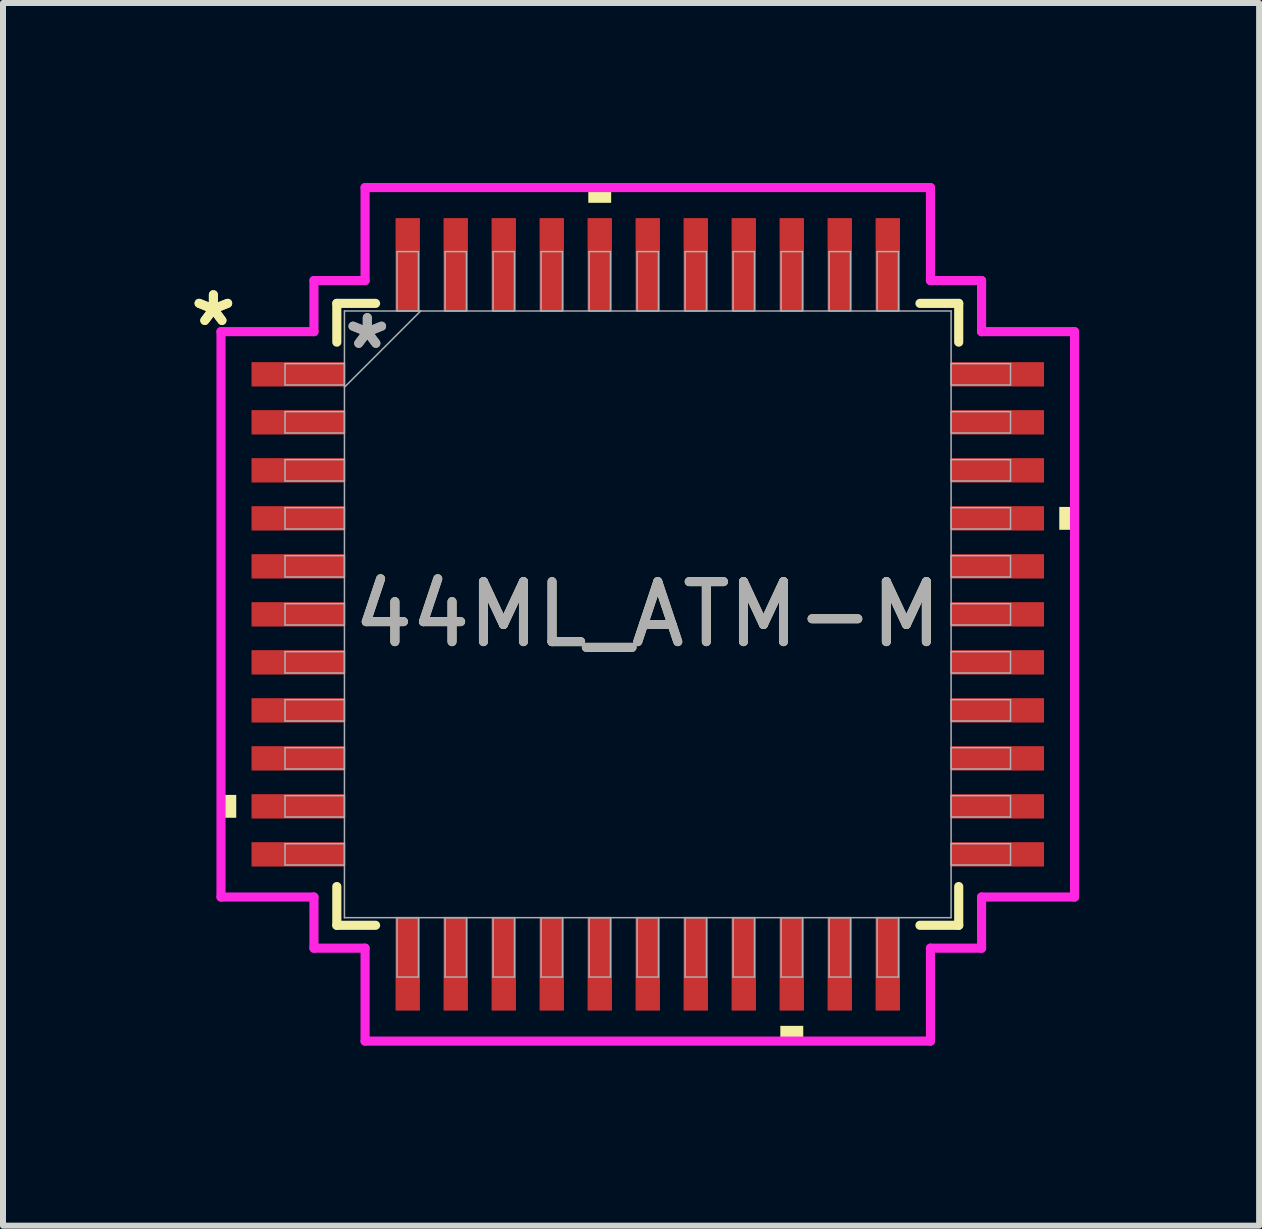
<source format=kicad_pcb>
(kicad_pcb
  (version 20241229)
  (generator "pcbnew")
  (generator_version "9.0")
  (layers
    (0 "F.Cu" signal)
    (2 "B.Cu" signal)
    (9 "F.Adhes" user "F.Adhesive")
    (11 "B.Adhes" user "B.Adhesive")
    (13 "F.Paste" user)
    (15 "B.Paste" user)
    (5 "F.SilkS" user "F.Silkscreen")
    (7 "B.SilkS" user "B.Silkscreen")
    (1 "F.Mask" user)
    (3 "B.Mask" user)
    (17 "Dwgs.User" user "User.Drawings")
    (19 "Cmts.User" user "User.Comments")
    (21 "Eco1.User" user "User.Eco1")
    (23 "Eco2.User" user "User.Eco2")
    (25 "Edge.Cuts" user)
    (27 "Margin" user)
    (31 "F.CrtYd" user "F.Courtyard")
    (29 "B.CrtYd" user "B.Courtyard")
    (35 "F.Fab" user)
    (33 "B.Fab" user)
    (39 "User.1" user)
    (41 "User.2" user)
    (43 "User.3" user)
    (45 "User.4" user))
  (footprint "44ML_ATM-M"
    (layer "F.Cu")
    (at 7.745 7.188)
    (property "Reference" "44ML_ATM-M" (at 0 0 0) (unlocked yes) (layer "F.SilkS") (effects (font (size 1 1) (thickness 0.15))))
    (attr smd)
    (fp_line (start -5.182 -5.182) (end -5.182 -4.536) (stroke (width 0.152) (type solid)) (layer "F.SilkS"))
    (fp_line (start -5.182 4.536) (end -5.182 5.182) (stroke (width 0.152) (type solid)) (layer "F.SilkS"))
    (fp_line (start -5.182 5.182) (end -4.536 5.182) (stroke (width 0.152) (type solid)) (layer "F.SilkS"))
    (fp_line (start -4.536 -5.182) (end -5.182 -5.182) (stroke (width 0.152) (type solid)) (layer "F.SilkS"))
    (fp_line (start 4.536 5.182) (end 5.182 5.182) (stroke (width 0.152) (type solid)) (layer "F.SilkS"))
    (fp_line (start 5.182 -5.182) (end 4.536 -5.182) (stroke (width 0.152) (type solid)) (layer "F.SilkS"))
    (fp_line (start 5.182 -4.536) (end 5.182 -5.182) (stroke (width 0.152) (type solid)) (layer "F.SilkS"))
    (fp_line (start 5.182 5.182) (end 5.182 4.536) (stroke (width 0.152) (type solid)) (layer "F.SilkS"))
    (fp_poly (pts (xy -7.112 3.009) (xy -7.112 3.39) (xy -6.858 3.39) (xy -6.858 3.009)) (stroke (width 0) (type solid)) (fill yes) (layer "F.SilkS"))
    (fp_poly (pts (xy -0.991 -6.858) (xy -0.991 -7.112) (xy -0.61 -7.112) (xy -0.61 -6.858)) (stroke (width 0) (type solid)) (fill yes) (layer "F.SilkS"))
    (fp_poly (pts (xy 2.209 6.858) (xy 2.209 7.112) (xy 2.591 7.112) (xy 2.591 6.858)) (stroke (width 0) (type solid)) (fill yes) (layer "F.SilkS"))
    (fp_poly (pts (xy 7.112 -1.79) (xy 7.112 -1.409) (xy 6.858 -1.409) (xy 6.858 -1.79)) (stroke (width 0) (type solid)) (fill yes) (layer "F.SilkS"))
    (fp_line (start -7.112 -4.711) (end -5.563 -4.711) (stroke (width 0.152) (type solid)) (layer "F.CrtYd"))
    (fp_line (start -7.112 4.711) (end -7.112 -4.711) (stroke (width 0.152) (type solid)) (layer "F.CrtYd"))
    (fp_line (start -5.563 -5.563) (end -4.711 -5.563) (stroke (width 0.152) (type solid)) (layer "F.CrtYd"))
    (fp_line (start -5.563 -4.711) (end -5.563 -5.563) (stroke (width 0.152) (type solid)) (layer "F.CrtYd"))
    (fp_line (start -5.563 4.711) (end -7.112 4.711) (stroke (width 0.152) (type solid)) (layer "F.CrtYd"))
    (fp_line (start -5.563 5.563) (end -5.563 4.711) (stroke (width 0.152) (type solid)) (layer "F.CrtYd"))
    (fp_line (start -5.563 5.563) (end -4.711 5.563) (stroke (width 0.152) (type solid)) (layer "F.CrtYd"))
    (fp_line (start -4.711 -7.112) (end 4.711 -7.112) (stroke (width 0.152) (type solid)) (layer "F.CrtYd"))
    (fp_line (start -4.711 -5.563) (end -4.711 -7.112) (stroke (width 0.152) (type solid)) (layer "F.CrtYd"))
    (fp_line (start -4.711 5.563) (end -4.711 7.112) (stroke (width 0.152) (type solid)) (layer "F.CrtYd"))
    (fp_line (start -4.711 7.112) (end 4.711 7.112) (stroke (width 0.152) (type solid)) (layer "F.CrtYd"))
    (fp_line (start 4.711 -7.112) (end 4.711 -5.563) (stroke (width 0.152) (type solid)) (layer "F.CrtYd"))
    (fp_line (start 4.711 -5.563) (end 5.563 -5.563) (stroke (width 0.152) (type solid)) (layer "F.CrtYd"))
    (fp_line (start 4.711 5.563) (end 5.563 5.563) (stroke (width 0.152) (type solid)) (layer "F.CrtYd"))
    (fp_line (start 4.711 7.112) (end 4.711 5.563) (stroke (width 0.152) (type solid)) (layer "F.CrtYd"))
    (fp_line (start 5.563 -4.711) (end 5.563 -5.563) (stroke (width 0.152) (type solid)) (layer "F.CrtYd"))
    (fp_line (start 5.563 4.711) (end 7.112 4.711) (stroke (width 0.152) (type solid)) (layer "F.CrtYd"))
    (fp_line (start 5.563 5.563) (end 5.563 4.711) (stroke (width 0.152) (type solid)) (layer "F.CrtYd"))
    (fp_line (start 7.112 -4.711) (end 5.563 -4.711) (stroke (width 0.152) (type solid)) (layer "F.CrtYd"))
    (fp_line (start 7.112 4.711) (end 7.112 -4.711) (stroke (width 0.152) (type solid)) (layer "F.CrtYd"))
    (fp_line (start -6.045 -4.178) (end -6.045 -3.822) (stroke (width 0.025) (type solid)) (layer "F.Fab"))
    (fp_line (start -6.045 -3.822) (end -5.055 -3.822) (stroke (width 0.025) (type solid)) (layer "F.Fab"))
    (fp_line (start -6.045 -3.378) (end -6.045 -3.022) (stroke (width 0.025) (type solid)) (layer "F.Fab"))
    (fp_line (start -6.045 -3.022) (end -5.055 -3.022) (stroke (width 0.025) (type solid)) (layer "F.Fab"))
    (fp_line (start -6.045 -2.578) (end -6.045 -2.222) (stroke (width 0.025) (type solid)) (layer "F.Fab"))
    (fp_line (start -6.045 -2.222) (end -5.055 -2.222) (stroke (width 0.025) (type solid)) (layer "F.Fab"))
    (fp_line (start -6.045 -1.778) (end -6.045 -1.422) (stroke (width 0.025) (type solid)) (layer "F.Fab"))
    (fp_line (start -6.045 -1.422) (end -5.055 -1.422) (stroke (width 0.025) (type solid)) (layer "F.Fab"))
    (fp_line (start -6.045 -0.978) (end -6.045 -0.622) (stroke (width 0.025) (type solid)) (layer "F.Fab"))
    (fp_line (start -6.045 -0.622) (end -5.055 -0.622) (stroke (width 0.025) (type solid)) (layer "F.Fab"))
    (fp_line (start -6.045 -0.178) (end -6.045 0.178) (stroke (width 0.025) (type solid)) (layer "F.Fab"))
    (fp_line (start -6.045 0.178) (end -5.055 0.178) (stroke (width 0.025) (type solid)) (layer "F.Fab"))
    (fp_line (start -6.045 0.622) (end -6.045 0.978) (stroke (width 0.025) (type solid)) (layer "F.Fab"))
    (fp_line (start -6.045 0.978) (end -5.055 0.978) (stroke (width 0.025) (type solid)) (layer "F.Fab"))
    (fp_line (start -6.045 1.422) (end -6.045 1.778) (stroke (width 0.025) (type solid)) (layer "F.Fab"))
    (fp_line (start -6.045 1.778) (end -5.055 1.778) (stroke (width 0.025) (type solid)) (layer "F.Fab"))
    (fp_line (start -6.045 2.222) (end -6.045 2.578) (stroke (width 0.025) (type solid)) (layer "F.Fab"))
    (fp_line (start -6.045 2.578) (end -5.055 2.578) (stroke (width 0.025) (type solid)) (layer "F.Fab"))
    (fp_line (start -6.045 3.022) (end -6.045 3.378) (stroke (width 0.025) (type solid)) (layer "F.Fab"))
    (fp_line (start -6.045 3.378) (end -5.055 3.378) (stroke (width 0.025) (type solid)) (layer "F.Fab"))
    (fp_line (start -6.045 3.822) (end -6.045 4.178) (stroke (width 0.025) (type solid)) (layer "F.Fab"))
    (fp_line (start -6.045 4.178) (end -5.055 4.178) (stroke (width 0.025) (type solid)) (layer "F.Fab"))
    (fp_line (start -5.055 -5.055) (end -5.055 5.055) (stroke (width 0.025) (type solid)) (layer "F.Fab"))
    (fp_line (start -5.055 -4.178) (end -6.045 -4.178) (stroke (width 0.025) (type solid)) (layer "F.Fab"))
    (fp_line (start -5.055 -3.822) (end -5.055 -4.178) (stroke (width 0.025) (type solid)) (layer "F.Fab"))
    (fp_line (start -5.055 -3.785) (end -3.785 -5.055) (stroke (width 0.025) (type solid)) (layer "F.Fab"))
    (fp_line (start -5.055 -3.378) (end -6.045 -3.378) (stroke (width 0.025) (type solid)) (layer "F.Fab"))
    (fp_line (start -5.055 -3.022) (end -5.055 -3.378) (stroke (width 0.025) (type solid)) (layer "F.Fab"))
    (fp_line (start -5.055 -2.578) (end -6.045 -2.578) (stroke (width 0.025) (type solid)) (layer "F.Fab"))
    (fp_line (start -5.055 -2.222) (end -5.055 -2.578) (stroke (width 0.025) (type solid)) (layer "F.Fab"))
    (fp_line (start -5.055 -1.778) (end -6.045 -1.778) (stroke (width 0.025) (type solid)) (layer "F.Fab"))
    (fp_line (start -5.055 -1.422) (end -5.055 -1.778) (stroke (width 0.025) (type solid)) (layer "F.Fab"))
    (fp_line (start -5.055 -0.978) (end -6.045 -0.978) (stroke (width 0.025) (type solid)) (layer "F.Fab"))
    (fp_line (start -5.055 -0.622) (end -5.055 -0.978) (stroke (width 0.025) (type solid)) (layer "F.Fab"))
    (fp_line (start -5.055 -0.178) (end -6.045 -0.178) (stroke (width 0.025) (type solid)) (layer "F.Fab"))
    (fp_line (start -5.055 0.178) (end -5.055 -0.178) (stroke (width 0.025) (type solid)) (layer "F.Fab"))
    (fp_line (start -5.055 0.622) (end -6.045 0.622) (stroke (width 0.025) (type solid)) (layer "F.Fab"))
    (fp_line (start -5.055 0.978) (end -5.055 0.622) (stroke (width 0.025) (type solid)) (layer "F.Fab"))
    (fp_line (start -5.055 1.422) (end -6.045 1.422) (stroke (width 0.025) (type solid)) (layer "F.Fab"))
    (fp_line (start -5.055 1.778) (end -5.055 1.422) (stroke (width 0.025) (type solid)) (layer "F.Fab"))
    (fp_line (start -5.055 2.222) (end -6.045 2.222) (stroke (width 0.025) (type solid)) (layer "F.Fab"))
    (fp_line (start -5.055 2.578) (end -5.055 2.222) (stroke (width 0.025) (type solid)) (layer "F.Fab"))
    (fp_line (start -5.055 3.022) (end -6.045 3.022) (stroke (width 0.025) (type solid)) (layer "F.Fab"))
    (fp_line (start -5.055 3.378) (end -5.055 3.022) (stroke (width 0.025) (type solid)) (layer "F.Fab"))
    (fp_line (start -5.055 3.822) (end -6.045 3.822) (stroke (width 0.025) (type solid)) (layer "F.Fab"))
    (fp_line (start -5.055 4.178) (end -5.055 3.822) (stroke (width 0.025) (type solid)) (layer "F.Fab"))
    (fp_line (start -5.055 5.055) (end 5.055 5.055) (stroke (width 0.025) (type solid)) (layer "F.Fab"))
    (fp_line (start -4.178 5.055) (end -4.178 6.045) (stroke (width 0.025) (type solid)) (layer "F.Fab"))
    (fp_line (start -4.178 6.045) (end -3.822 6.045) (stroke (width 0.025) (type solid)) (layer "F.Fab"))
    (fp_line (start -4.178 -6.045) (end -4.178 -5.055) (stroke (width 0.025) (type solid)) (layer "F.Fab"))
    (fp_line (start -4.178 -5.055) (end -3.822 -5.055) (stroke (width 0.025) (type solid)) (layer "F.Fab"))
    (fp_line (start -3.822 5.055) (end -4.178 5.055) (stroke (width 0.025) (type solid)) (layer "F.Fab"))
    (fp_line (start -3.822 6.045) (end -3.822 5.055) (stroke (width 0.025) (type solid)) (layer "F.Fab"))
    (fp_line (start -3.822 -6.045) (end -4.178 -6.045) (stroke (width 0.025) (type solid)) (layer "F.Fab"))
    (fp_line (start -3.822 -5.055) (end -3.822 -6.045) (stroke (width 0.025) (type solid)) (layer "F.Fab"))
    (fp_line (start -3.378 -6.045) (end -3.378 -5.055) (stroke (width 0.025) (type solid)) (layer "F.Fab"))
    (fp_line (start -3.378 -5.055) (end -3.022 -5.055) (stroke (width 0.025) (type solid)) (layer "F.Fab"))
    (fp_line (start -3.378 5.055) (end -3.378 6.045) (stroke (width 0.025) (type solid)) (layer "F.Fab"))
    (fp_line (start -3.378 6.045) (end -3.022 6.045) (stroke (width 0.025) (type solid)) (layer "F.Fab"))
    (fp_line (start -3.022 -6.045) (end -3.378 -6.045) (stroke (width 0.025) (type solid)) (layer "F.Fab"))
    (fp_line (start -3.022 -5.055) (end -3.022 -6.045) (stroke (width 0.025) (type solid)) (layer "F.Fab"))
    (fp_line (start -3.022 5.055) (end -3.378 5.055) (stroke (width 0.025) (type solid)) (layer "F.Fab"))
    (fp_line (start -3.022 6.045) (end -3.022 5.055) (stroke (width 0.025) (type solid)) (layer "F.Fab"))
    (fp_line (start -2.578 -6.045) (end -2.578 -5.055) (stroke (width 0.025) (type solid)) (layer "F.Fab"))
    (fp_line (start -2.578 -5.055) (end -2.222 -5.055) (stroke (width 0.025) (type solid)) (layer "F.Fab"))
    (fp_line (start -2.578 5.055) (end -2.578 6.045) (stroke (width 0.025) (type solid)) (layer "F.Fab"))
    (fp_line (start -2.578 6.045) (end -2.222 6.045) (stroke (width 0.025) (type solid)) (layer "F.Fab"))
    (fp_line (start -2.222 -6.045) (end -2.578 -6.045) (stroke (width 0.025) (type solid)) (layer "F.Fab"))
    (fp_line (start -2.222 -5.055) (end -2.222 -6.045) (stroke (width 0.025) (type solid)) (layer "F.Fab"))
    (fp_line (start -2.222 5.055) (end -2.578 5.055) (stroke (width 0.025) (type solid)) (layer "F.Fab"))
    (fp_line (start -2.222 6.045) (end -2.222 5.055) (stroke (width 0.025) (type solid)) (layer "F.Fab"))
    (fp_line (start -1.778 -6.045) (end -1.778 -5.055) (stroke (width 0.025) (type solid)) (layer "F.Fab"))
    (fp_line (start -1.778 -5.055) (end -1.422 -5.055) (stroke (width 0.025) (type solid)) (layer "F.Fab"))
    (fp_line (start -1.778 5.055) (end -1.778 6.045) (stroke (width 0.025) (type solid)) (layer "F.Fab"))
    (fp_line (start -1.778 6.045) (end -1.422 6.045) (stroke (width 0.025) (type solid)) (layer "F.Fab"))
    (fp_line (start -1.422 -6.045) (end -1.778 -6.045) (stroke (width 0.025) (type solid)) (layer "F.Fab"))
    (fp_line (start -1.422 -5.055) (end -1.422 -6.045) (stroke (width 0.025) (type solid)) (layer "F.Fab"))
    (fp_line (start -1.422 5.055) (end -1.778 5.055) (stroke (width 0.025) (type solid)) (layer "F.Fab"))
    (fp_line (start -1.422 6.045) (end -1.422 5.055) (stroke (width 0.025) (type solid)) (layer "F.Fab"))
    (fp_line (start -0.978 -6.045) (end -0.978 -5.055) (stroke (width 0.025) (type solid)) (layer "F.Fab"))
    (fp_line (start -0.978 -5.055) (end -0.622 -5.055) (stroke (width 0.025) (type solid)) (layer "F.Fab"))
    (fp_line (start -0.978 5.055) (end -0.978 6.045) (stroke (width 0.025) (type solid)) (layer "F.Fab"))
    (fp_line (start -0.978 6.045) (end -0.622 6.045) (stroke (width 0.025) (type solid)) (layer "F.Fab"))
    (fp_line (start -0.622 -6.045) (end -0.978 -6.045) (stroke (width 0.025) (type solid)) (layer "F.Fab"))
    (fp_line (start -0.622 -5.055) (end -0.622 -6.045) (stroke (width 0.025) (type solid)) (layer "F.Fab"))
    (fp_line (start -0.622 5.055) (end -0.978 5.055) (stroke (width 0.025) (type solid)) (layer "F.Fab"))
    (fp_line (start -0.622 6.045) (end -0.622 5.055) (stroke (width 0.025) (type solid)) (layer "F.Fab"))
    (fp_line (start -0.178 -6.045) (end -0.178 -5.055) (stroke (width 0.025) (type solid)) (layer "F.Fab"))
    (fp_line (start -0.178 -5.055) (end 0.178 -5.055) (stroke (width 0.025) (type solid)) (layer "F.Fab"))
    (fp_line (start -0.178 5.055) (end -0.178 6.045) (stroke (width 0.025) (type solid)) (layer "F.Fab"))
    (fp_line (start -0.178 6.045) (end 0.178 6.045) (stroke (width 0.025) (type solid)) (layer "F.Fab"))
    (fp_line (start 0.178 -6.045) (end -0.178 -6.045) (stroke (width 0.025) (type solid)) (layer "F.Fab"))
    (fp_line (start 0.178 -5.055) (end 0.178 -6.045) (stroke (width 0.025) (type solid)) (layer "F.Fab"))
    (fp_line (start 0.178 5.055) (end -0.178 5.055) (stroke (width 0.025) (type solid)) (layer "F.Fab"))
    (fp_line (start 0.178 6.045) (end 0.178 5.055) (stroke (width 0.025) (type solid)) (layer "F.Fab"))
    (fp_line (start 0.622 -6.045) (end 0.622 -5.055) (stroke (width 0.025) (type solid)) (layer "F.Fab"))
    (fp_line (start 0.622 -5.055) (end 0.978 -5.055) (stroke (width 0.025) (type solid)) (layer "F.Fab"))
    (fp_line (start 0.622 5.055) (end 0.622 6.045) (stroke (width 0.025) (type solid)) (layer "F.Fab"))
    (fp_line (start 0.622 6.045) (end 0.978 6.045) (stroke (width 0.025) (type solid)) (layer "F.Fab"))
    (fp_line (start 0.978 -6.045) (end 0.622 -6.045) (stroke (width 0.025) (type solid)) (layer "F.Fab"))
    (fp_line (start 0.978 -5.055) (end 0.978 -6.045) (stroke (width 0.025) (type solid)) (layer "F.Fab"))
    (fp_line (start 0.978 5.055) (end 0.622 5.055) (stroke (width 0.025) (type solid)) (layer "F.Fab"))
    (fp_line (start 0.978 6.045) (end 0.978 5.055) (stroke (width 0.025) (type solid)) (layer "F.Fab"))
    (fp_line (start 1.422 -6.045) (end 1.422 -5.055) (stroke (width 0.025) (type solid)) (layer "F.Fab"))
    (fp_line (start 1.422 -5.055) (end 1.778 -5.055) (stroke (width 0.025) (type solid)) (layer "F.Fab"))
    (fp_line (start 1.422 5.055) (end 1.422 6.045) (stroke (width 0.025) (type solid)) (layer "F.Fab"))
    (fp_line (start 1.422 6.045) (end 1.778 6.045) (stroke (width 0.025) (type solid)) (layer "F.Fab"))
    (fp_line (start 1.778 -6.045) (end 1.422 -6.045) (stroke (width 0.025) (type solid)) (layer "F.Fab"))
    (fp_line (start 1.778 -5.055) (end 1.778 -6.045) (stroke (width 0.025) (type solid)) (layer "F.Fab"))
    (fp_line (start 1.778 5.055) (end 1.422 5.055) (stroke (width 0.025) (type solid)) (layer "F.Fab"))
    (fp_line (start 1.778 6.045) (end 1.778 5.055) (stroke (width 0.025) (type solid)) (layer "F.Fab"))
    (fp_line (start 2.222 -6.045) (end 2.222 -5.055) (stroke (width 0.025) (type solid)) (layer "F.Fab"))
    (fp_line (start 2.222 -5.055) (end 2.578 -5.055) (stroke (width 0.025) (type solid)) (layer "F.Fab"))
    (fp_line (start 2.222 5.055) (end 2.222 6.045) (stroke (width 0.025) (type solid)) (layer "F.Fab"))
    (fp_line (start 2.222 6.045) (end 2.578 6.045) (stroke (width 0.025) (type solid)) (layer "F.Fab"))
    (fp_line (start 2.578 -6.045) (end 2.222 -6.045) (stroke (width 0.025) (type solid)) (layer "F.Fab"))
    (fp_line (start 2.578 -5.055) (end 2.578 -6.045) (stroke (width 0.025) (type solid)) (layer "F.Fab"))
    (fp_line (start 2.578 5.055) (end 2.222 5.055) (stroke (width 0.025) (type solid)) (layer "F.Fab"))
    (fp_line (start 2.578 6.045) (end 2.578 5.055) (stroke (width 0.025) (type solid)) (layer "F.Fab"))
    (fp_line (start 3.022 -6.045) (end 3.022 -5.055) (stroke (width 0.025) (type solid)) (layer "F.Fab"))
    (fp_line (start 3.022 -5.055) (end 3.378 -5.055) (stroke (width 0.025) (type solid)) (layer "F.Fab"))
    (fp_line (start 3.022 5.055) (end 3.022 6.045) (stroke (width 0.025) (type solid)) (layer "F.Fab"))
    (fp_line (start 3.022 6.045) (end 3.378 6.045) (stroke (width 0.025) (type solid)) (layer "F.Fab"))
    (fp_line (start 3.378 -6.045) (end 3.022 -6.045) (stroke (width 0.025) (type solid)) (layer "F.Fab"))
    (fp_line (start 3.378 -5.055) (end 3.378 -6.045) (stroke (width 0.025) (type solid)) (layer "F.Fab"))
    (fp_line (start 3.378 5.055) (end 3.022 5.055) (stroke (width 0.025) (type solid)) (layer "F.Fab"))
    (fp_line (start 3.378 6.045) (end 3.378 5.055) (stroke (width 0.025) (type solid)) (layer "F.Fab"))
    (fp_line (start 3.822 5.055) (end 3.822 6.045) (stroke (width 0.025) (type solid)) (layer "F.Fab"))
    (fp_line (start 3.822 6.045) (end 4.178 6.045) (stroke (width 0.025) (type solid)) (layer "F.Fab"))
    (fp_line (start 3.822 -6.045) (end 3.822 -5.055) (stroke (width 0.025) (type solid)) (layer "F.Fab"))
    (fp_line (start 3.822 -5.055) (end 4.178 -5.055) (stroke (width 0.025) (type solid)) (layer "F.Fab"))
    (fp_line (start 4.178 5.055) (end 3.822 5.055) (stroke (width 0.025) (type solid)) (layer "F.Fab"))
    (fp_line (start 4.178 6.045) (end 4.178 5.055) (stroke (width 0.025) (type solid)) (layer "F.Fab"))
    (fp_line (start 4.178 -6.045) (end 3.822 -6.045) (stroke (width 0.025) (type solid)) (layer "F.Fab"))
    (fp_line (start 4.178 -5.055) (end 4.178 -6.045) (stroke (width 0.025) (type solid)) (layer "F.Fab"))
    (fp_line (start 5.055 -5.055) (end -5.055 -5.055) (stroke (width 0.025) (type solid)) (layer "F.Fab"))
    (fp_line (start 5.055 -4.178) (end 5.055 -3.822) (stroke (width 0.025) (type solid)) (layer "F.Fab"))
    (fp_line (start 5.055 -3.822) (end 6.045 -3.822) (stroke (width 0.025) (type solid)) (layer "F.Fab"))
    (fp_line (start 5.055 -3.378) (end 5.055 -3.022) (stroke (width 0.025) (type solid)) (layer "F.Fab"))
    (fp_line (start 5.055 -3.022) (end 6.045 -3.022) (stroke (width 0.025) (type solid)) (layer "F.Fab"))
    (fp_line (start 5.055 -2.578) (end 5.055 -2.222) (stroke (width 0.025) (type solid)) (layer "F.Fab"))
    (fp_line (start 5.055 -2.222) (end 6.045 -2.222) (stroke (width 0.025) (type solid)) (layer "F.Fab"))
    (fp_line (start 5.055 -1.778) (end 5.055 -1.422) (stroke (width 0.025) (type solid)) (layer "F.Fab"))
    (fp_line (start 5.055 -1.422) (end 6.045 -1.422) (stroke (width 0.025) (type solid)) (layer "F.Fab"))
    (fp_line (start 5.055 -0.978) (end 5.055 -0.622) (stroke (width 0.025) (type solid)) (layer "F.Fab"))
    (fp_line (start 5.055 -0.622) (end 6.045 -0.622) (stroke (width 0.025) (type solid)) (layer "F.Fab"))
    (fp_line (start 5.055 -0.178) (end 5.055 0.178) (stroke (width 0.025) (type solid)) (layer "F.Fab"))
    (fp_line (start 5.055 0.178) (end 6.045 0.178) (stroke (width 0.025) (type solid)) (layer "F.Fab"))
    (fp_line (start 5.055 0.622) (end 5.055 0.978) (stroke (width 0.025) (type solid)) (layer "F.Fab"))
    (fp_line (start 5.055 0.978) (end 6.045 0.978) (stroke (width 0.025) (type solid)) (layer "F.Fab"))
    (fp_line (start 5.055 1.422) (end 5.055 1.778) (stroke (width 0.025) (type solid)) (layer "F.Fab"))
    (fp_line (start 5.055 1.778) (end 6.045 1.778) (stroke (width 0.025) (type solid)) (layer "F.Fab"))
    (fp_line (start 5.055 2.222) (end 5.055 2.578) (stroke (width 0.025) (type solid)) (layer "F.Fab"))
    (fp_line (start 5.055 2.578) (end 6.045 2.578) (stroke (width 0.025) (type solid)) (layer "F.Fab"))
    (fp_line (start 5.055 3.022) (end 5.055 3.378) (stroke (width 0.025) (type solid)) (layer "F.Fab"))
    (fp_line (start 5.055 3.378) (end 6.045 3.378) (stroke (width 0.025) (type solid)) (layer "F.Fab"))
    (fp_line (start 5.055 3.822) (end 5.055 4.178) (stroke (width 0.025) (type solid)) (layer "F.Fab"))
    (fp_line (start 5.055 4.178) (end 6.045 4.178) (stroke (width 0.025) (type solid)) (layer "F.Fab"))
    (fp_line (start 5.055 5.055) (end 5.055 -5.055) (stroke (width 0.025) (type solid)) (layer "F.Fab"))
    (fp_line (start 6.045 -4.178) (end 5.055 -4.178) (stroke (width 0.025) (type solid)) (layer "F.Fab"))
    (fp_line (start 6.045 -3.822) (end 6.045 -4.178) (stroke (width 0.025) (type solid)) (layer "F.Fab"))
    (fp_line (start 6.045 -3.378) (end 5.055 -3.378) (stroke (width 0.025) (type solid)) (layer "F.Fab"))
    (fp_line (start 6.045 -3.022) (end 6.045 -3.378) (stroke (width 0.025) (type solid)) (layer "F.Fab"))
    (fp_line (start 6.045 -2.578) (end 5.055 -2.578) (stroke (width 0.025) (type solid)) (layer "F.Fab"))
    (fp_line (start 6.045 -2.222) (end 6.045 -2.578) (stroke (width 0.025) (type solid)) (layer "F.Fab"))
    (fp_line (start 6.045 -1.778) (end 5.055 -1.778) (stroke (width 0.025) (type solid)) (layer "F.Fab"))
    (fp_line (start 6.045 -1.422) (end 6.045 -1.778) (stroke (width 0.025) (type solid)) (layer "F.Fab"))
    (fp_line (start 6.045 -0.978) (end 5.055 -0.978) (stroke (width 0.025) (type solid)) (layer "F.Fab"))
    (fp_line (start 6.045 -0.622) (end 6.045 -0.978) (stroke (width 0.025) (type solid)) (layer "F.Fab"))
    (fp_line (start 6.045 -0.178) (end 5.055 -0.178) (stroke (width 0.025) (type solid)) (layer "F.Fab"))
    (fp_line (start 6.045 0.178) (end 6.045 -0.178) (stroke (width 0.025) (type solid)) (layer "F.Fab"))
    (fp_line (start 6.045 0.622) (end 5.055 0.622) (stroke (width 0.025) (type solid)) (layer "F.Fab"))
    (fp_line (start 6.045 0.978) (end 6.045 0.622) (stroke (width 0.025) (type solid)) (layer "F.Fab"))
    (fp_line (start 6.045 1.422) (end 5.055 1.422) (stroke (width 0.025) (type solid)) (layer "F.Fab"))
    (fp_line (start 6.045 1.778) (end 6.045 1.422) (stroke (width 0.025) (type solid)) (layer "F.Fab"))
    (fp_line (start 6.045 2.222) (end 5.055 2.222) (stroke (width 0.025) (type solid)) (layer "F.Fab"))
    (fp_line (start 6.045 2.578) (end 6.045 2.222) (stroke (width 0.025) (type solid)) (layer "F.Fab"))
    (fp_line (start 6.045 3.022) (end 5.055 3.022) (stroke (width 0.025) (type solid)) (layer "F.Fab"))
    (fp_line (start 6.045 3.378) (end 6.045 3.022) (stroke (width 0.025) (type solid)) (layer "F.Fab"))
    (fp_line (start 6.045 3.822) (end 5.055 3.822) (stroke (width 0.025) (type solid)) (layer "F.Fab"))
    (fp_line (start 6.045 4.178) (end 6.045 3.822) (stroke (width 0.025) (type solid)) (layer "F.Fab"))
    (fp_text user "*" (at -7.239 -4.781 0) (unlocked yes) (layer "F.SilkS") (effects (font (size 1 1) (thickness 0.15))))
    (fp_text user "*" (at -7.239 -4.781 0) (layer "F.SilkS") (effects (font (size 1 1) (thickness 0.15))))
    (fp_text user "*" (at -4.674 -4.4 0) (layer "F.Fab") (effects (font (size 1 1) (thickness 0.15))))
    (fp_text user "${REFERENCE}" (at 0 0 0) (unlocked yes) (layer "F.Fab") (effects (font (size 1 1) (thickness 0.15))))
    (fp_text user "*" (at -4.674 -4.4 0) (unlocked yes) (layer "F.Fab") (effects (font (size 1 1) (thickness 0.15))))
    (pad "1" smd rect (at -5.829 -4 90) (size 0.406 1.549) (layers "F.Cu" "F.Mask" "F.Paste"))
    (pad "2" smd rect (at -5.829 -3.2 90) (size 0.406 1.549) (layers "F.Cu" "F.Mask" "F.Paste"))
    (pad "3" smd rect (at -5.829 -2.4 90) (size 0.406 1.549) (layers "F.Cu" "F.Mask" "F.Paste"))
    (pad "4" smd rect (at -5.829 -1.6 90) (size 0.406 1.549) (layers "F.Cu" "F.Mask" "F.Paste"))
    (pad "5" smd rect (at -5.829 -0.8 90) (size 0.406 1.549) (layers "F.Cu" "F.Mask" "F.Paste"))
    (pad "6" smd rect (at -5.829 0 90) (size 0.406 1.549) (layers "F.Cu" "F.Mask" "F.Paste"))
    (pad "7" smd rect (at -5.829 0.8 90) (size 0.406 1.549) (layers "F.Cu" "F.Mask" "F.Paste"))
    (pad "8" smd rect (at -5.829 1.6 90) (size 0.406 1.549) (layers "F.Cu" "F.Mask" "F.Paste"))
    (pad "9" smd rect (at -5.829 2.4 90) (size 0.406 1.549) (layers "F.Cu" "F.Mask" "F.Paste"))
    (pad "10" smd rect (at -5.829 3.2 90) (size 0.406 1.549) (layers "F.Cu" "F.Mask" "F.Paste"))
    (pad "11" smd rect (at -5.829 4 90) (size 0.406 1.549) (layers "F.Cu" "F.Mask" "F.Paste"))
    (pad "12" smd rect (at -4 5.829) (size 0.406 1.549) (layers "F.Cu" "F.Mask" "F.Paste"))
    (pad "13" smd rect (at -3.2 5.829) (size 0.406 1.549) (layers "F.Cu" "F.Mask" "F.Paste"))
    (pad "14" smd rect (at -2.4 5.829) (size 0.406 1.549) (layers "F.Cu" "F.Mask" "F.Paste"))
    (pad "15" smd rect (at -1.6 5.829) (size 0.406 1.549) (layers "F.Cu" "F.Mask" "F.Paste"))
    (pad "16" smd rect (at -0.8 5.829) (size 0.406 1.549) (layers "F.Cu" "F.Mask" "F.Paste"))
    (pad "17" smd rect (at 0 5.829) (size 0.406 1.549) (layers "F.Cu" "F.Mask" "F.Paste"))
    (pad "18" smd rect (at 0.8 5.829) (size 0.406 1.549) (layers "F.Cu" "F.Mask" "F.Paste"))
    (pad "19" smd rect (at 1.6 5.829) (size 0.406 1.549) (layers "F.Cu" "F.Mask" "F.Paste"))
    (pad "20" smd rect (at 2.4 5.829) (size 0.406 1.549) (layers "F.Cu" "F.Mask" "F.Paste"))
    (pad "21" smd rect (at 3.2 5.829) (size 0.406 1.549) (layers "F.Cu" "F.Mask" "F.Paste"))
    (pad "22" smd rect (at 4 5.829) (size 0.406 1.549) (layers "F.Cu" "F.Mask" "F.Paste"))
    (pad "23" smd rect (at 5.829 4 90) (size 0.406 1.549) (layers "F.Cu" "F.Mask" "F.Paste"))
    (pad "24" smd rect (at 5.829 3.2 90) (size 0.406 1.549) (layers "F.Cu" "F.Mask" "F.Paste"))
    (pad "25" smd rect (at 5.829 2.4 90) (size 0.406 1.549) (layers "F.Cu" "F.Mask" "F.Paste"))
    (pad "26" smd rect (at 5.829 1.6 90) (size 0.406 1.549) (layers "F.Cu" "F.Mask" "F.Paste"))
    (pad "27" smd rect (at 5.829 0.8 90) (size 0.406 1.549) (layers "F.Cu" "F.Mask" "F.Paste"))
    (pad "28" smd rect (at 5.829 0 90) (size 0.406 1.549) (layers "F.Cu" "F.Mask" "F.Paste"))
    (pad "29" smd rect (at 5.829 -0.8 90) (size 0.406 1.549) (layers "F.Cu" "F.Mask" "F.Paste"))
    (pad "30" smd rect (at 5.829 -1.6 90) (size 0.406 1.549) (layers "F.Cu" "F.Mask" "F.Paste"))
    (pad "31" smd rect (at 5.829 -2.4 90) (size 0.406 1.549) (layers "F.Cu" "F.Mask" "F.Paste"))
    (pad "32" smd rect (at 5.829 -3.2 90) (size 0.406 1.549) (layers "F.Cu" "F.Mask" "F.Paste"))
    (pad "33" smd rect (at 5.829 -4 90) (size 0.406 1.549) (layers "F.Cu" "F.Mask" "F.Paste"))
    (pad "34" smd rect (at 4 -5.829) (size 0.406 1.549) (layers "F.Cu" "F.Mask" "F.Paste"))
    (pad "35" smd rect (at 3.2 -5.829) (size 0.406 1.549) (layers "F.Cu" "F.Mask" "F.Paste"))
    (pad "36" smd rect (at 2.4 -5.829) (size 0.406 1.549) (layers "F.Cu" "F.Mask" "F.Paste"))
    (pad "37" smd rect (at 1.6 -5.829) (size 0.406 1.549) (layers "F.Cu" "F.Mask" "F.Paste"))
    (pad "38" smd rect (at 0.8 -5.829) (size 0.406 1.549) (layers "F.Cu" "F.Mask" "F.Paste"))
    (pad "39" smd rect (at 0 -5.829) (size 0.406 1.549) (layers "F.Cu" "F.Mask" "F.Paste"))
    (pad "40" smd rect (at -0.8 -5.829) (size 0.406 1.549) (layers "F.Cu" "F.Mask" "F.Paste"))
    (pad "41" smd rect (at -1.6 -5.829) (size 0.406 1.549) (layers "F.Cu" "F.Mask" "F.Paste"))
    (pad "42" smd rect (at -2.4 -5.829) (size 0.406 1.549) (layers "F.Cu" "F.Mask" "F.Paste"))
    (pad "43" smd rect (at -3.2 -5.829) (size 0.406 1.549) (layers "F.Cu" "F.Mask" "F.Paste"))
    (pad "44" smd rect (at -4 -5.829) (size 0.406 1.549) (layers "F.Cu" "F.Mask" "F.Paste")))
  (gr_rect
    (start -3 -3)
    (end 17.933 17.376)
    (stroke (width 0.1) (type default))
    (fill no)
    (layer "Edge.Cuts")))
</source>
